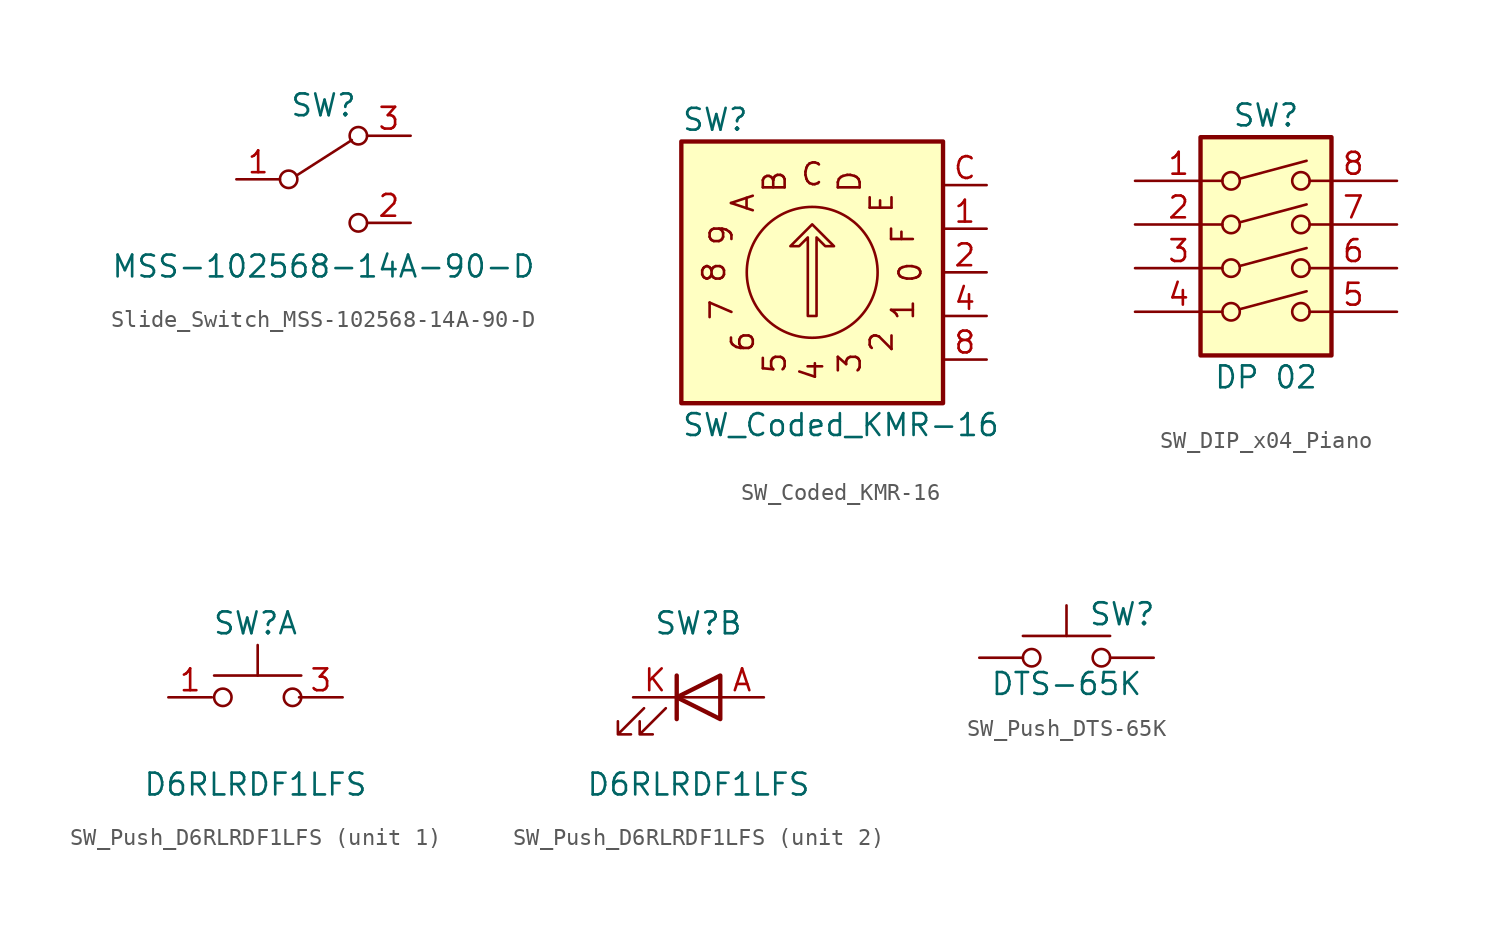
<source format=kicad_sym>
(kicad_symbol_lib
  (version 20231120)
  (generator "kicad_symbol_editor")
  (generator_version "8.0")
  (symbol "Slide_Switch_MSS-102568-14A-90-D"
    (pin_names
      (offset 0) hide)
    (property "Reference" "SW"
      (at 0 4.318 0)
      (effects (font (size 1.27 1.27))))
    (property "Value" "MSS-102568-14A-90-D"
      (at 0 -5.08 0)
      (effects (font (size 1.27 1.27))))
    (symbol "Slide_Switch_MSS-102568-14A-90-D_0_0"
      (circle (center -2.032 0) (radius 0.508) (stroke (width 0) (type default)) (fill (type none)))
      (circle (center 2.032 -2.54) (radius 0.508) (stroke (width 0) (type default)) (fill (type none))))
    (symbol "Slide_Switch_MSS-102568-14A-90-D_0_1"
      (polyline (pts (xy -1.524 0.254) (xy 1.651 2.286)) (stroke (width 0) (type default)) (fill (type none)))
      (circle (center 2.032 2.54) (radius 0.508) (stroke (width 0) (type default)) (fill (type none))))
    (symbol "Slide_Switch_MSS-102568-14A-90-D_1_1"
      (pin passive line (at -5.08 0 0) (length 2.54) (name "C" (effects (font (size 1.27 1.27)))) (number "1" (effects (font (size 1.27 1.27)))))
      (pin passive line (at 5.08 -2.54 180) (length 2.54) (name "A" (effects (font (size 1.27 1.27)))) (number "2" (effects (font (size 1.27 1.27)))))
      (pin passive line (at 5.08 2.54 180) (length 2.54) (name "B" (effects (font (size 1.27 1.27)))) (number "3" (effects (font (size 1.27 1.27)))))))
  (symbol "SW_Coded_KMR-16"
    (pin_names hide)
    (property "Reference" "SW"
      (at -7.62 8.89 0)
      (effects (font (size 1.27 1.27)) (justify left)))
    (property "Value" "SW_Coded_KMR-16"
      (at -7.62 -8.89 0)
      (effects (font (size 1.27 1.27)) (justify left)))
    (symbol "SW_Coded_KMR-16_0_0"
      (text "0" (at 5.715 0 2700) (effects (font (size 1.27 1.27))))
      (text "1" (at 5.283 -2.184 2475) (effects (font (size 1.27 1.27))))
      (text "2" (at 4.039 -4.039 2250) (effects (font (size 1.27 1.27))))
      (text "3" (at 2.184 -5.283 2025) (effects (font (size 1.27 1.27))))
      (text "4" (at 0 -5.715 1800) (effects (font (size 1.27 1.27))))
      (text "5" (at -2.184 -5.283 1575) (effects (font (size 1.27 1.27))))
      (text "6" (at -4.039 -4.039 1350) (effects (font (size 1.27 1.27))))
      (text "7" (at -5.283 -2.184 1125) (effects (font (size 1.27 1.27))))
      (text "8" (at -5.715 0 900) (effects (font (size 1.27 1.27))))
      (text "9" (at -5.283 2.184 675) (effects (font (size 1.27 1.27))))
      (text "A" (at -4.039 4.039 450) (effects (font (size 1.27 1.27))))
      (text "B" (at -2.184 5.283 225) (effects (font (size 1.27 1.27))))
      (text "C" (at 0 5.715 0) (effects (font (size 1.27 1.27))))
      (text "D" (at 2.184 5.283 3375) (effects (font (size 1.27 1.27))))
      (text "E" (at 4.039 4.039 3150) (effects (font (size 1.27 1.27))))
      (text "F" (at 5.283 2.184 2925) (effects (font (size 1.27 1.27)))))
    (symbol "SW_Coded_KMR-16_0_1"
      (polyline (pts (xy -0.254 -2.54) (xy -0.254 2.032) (xy -0.762 1.524) (xy -1.27 1.524) (xy 0 2.794) (xy 1.27 1.524) (xy 0.762 1.524) (xy 0.254 2.032) (xy 0.254 -2.54) (xy -0.254 -2.54) (xy -0.254 -2.54)) (stroke (width 0) (type default)) (fill (type none)))
      (circle (center 0 0) (radius 3.81) (stroke (width 0) (type default)) (fill (type none)))
      (rectangle (start 7.62 7.62) (end -7.62 -7.62) (stroke (width 0.254) (type default)) (fill (type background))))
    (symbol "SW_Coded_KMR-16_1_1"
      (pin passive line (at 10.16 2.54 180) (length 2.54) (name "1" (effects (font (size 1.27 1.27)))) (number "1" (effects (font (size 1.27 1.27)))))
      (pin passive line (at 10.16 0 180) (length 2.54) (name "2" (effects (font (size 1.27 1.27)))) (number "2" (effects (font (size 1.27 1.27)))))
      (pin passive line (at 10.16 -2.54 180) (length 2.54) (name "4" (effects (font (size 1.27 1.27)))) (number "4" (effects (font (size 1.27 1.27)))))
      (pin passive line (at 10.16 -5.08 180) (length 2.54) (name "8" (effects (font (size 1.27 1.27)))) (number "8" (effects (font (size 1.27 1.27)))))
      (pin passive line (at 10.16 5.08 180) (length 2.54) (name "C" (effects (font (size 1.27 1.27)))) (number "C" (effects (font (size 1.27 1.27)))))))
  (symbol "SW_DIP_x04_Piano"
    (pin_names
      (offset 0) hide)
    (property "Reference" "SW"
      (at 0 8.89 0)
      (effects (font (size 1.27 1.27))))
    (property "Value" "DP 02"
      (at 0 -6.35 0)
      (effects (font (size 1.27 1.27))))
    (symbol "SW_DIP_x04_Piano_0_0"
      (circle (center -2.032 -2.54) (radius 0.508) (stroke (width 0) (type default)) (fill (type none)))
      (circle (center -2.032 0) (radius 0.508) (stroke (width 0) (type default)) (fill (type none)))
      (circle (center -2.032 2.54) (radius 0.508) (stroke (width 0) (type default)) (fill (type none)))
      (circle (center -2.032 5.08) (radius 0.508) (stroke (width 0) (type default)) (fill (type none)))
      (polyline (pts (xy -1.524 -2.388) (xy 2.362 -1.346)) (stroke (width 0) (type default)) (fill (type none)))
      (polyline (pts (xy -1.524 0.127) (xy 2.362 1.168)) (stroke (width 0) (type default)) (fill (type none)))
      (polyline (pts (xy -1.524 2.667) (xy 2.362 3.708)) (stroke (width 0) (type default)) (fill (type none)))
      (polyline (pts (xy -1.524 5.207) (xy 2.362 6.248)) (stroke (width 0) (type default)) (fill (type none)))
      (circle (center 2.032 -2.54) (radius 0.508) (stroke (width 0) (type default)) (fill (type none)))
      (circle (center 2.032 0) (radius 0.508) (stroke (width 0) (type default)) (fill (type none)))
      (circle (center 2.032 2.54) (radius 0.508) (stroke (width 0) (type default)) (fill (type none)))
      (circle (center 2.032 5.08) (radius 0.508) (stroke (width 0) (type default)) (fill (type none))))
    (symbol "SW_DIP_x04_Piano_0_1"
      (rectangle (start -3.81 7.62) (end 3.81 -5.08) (stroke (width 0.254) (type default)) (fill (type background))))
    (symbol "SW_DIP_x04_Piano_1_1"
      (pin passive line (at -7.62 5.08 0) (length 5.08) (name "~" (effects (font (size 1.27 1.27)))) (number "1" (effects (font (size 1.27 1.27)))))
      (pin passive line (at -7.62 2.54 0) (length 5.08) (name "~" (effects (font (size 1.27 1.27)))) (number "2" (effects (font (size 1.27 1.27)))))
      (pin passive line (at -7.62 0 0) (length 5.08) (name "~" (effects (font (size 1.27 1.27)))) (number "3" (effects (font (size 1.27 1.27)))))
      (pin passive line (at -7.62 -2.54 0) (length 5.08) (name "~" (effects (font (size 1.27 1.27)))) (number "4" (effects (font (size 1.27 1.27)))))
      (pin passive line (at 7.62 -2.54 180) (length 5.08) (name "~" (effects (font (size 1.27 1.27)))) (number "5" (effects (font (size 1.27 1.27)))))
      (pin passive line (at 7.62 0 180) (length 5.08) (name "~" (effects (font (size 1.27 1.27)))) (number "6" (effects (font (size 1.27 1.27)))))
      (pin passive line (at 7.62 2.54 180) (length 5.08) (name "~" (effects (font (size 1.27 1.27)))) (number "7" (effects (font (size 1.27 1.27)))))
      (pin passive line (at 7.62 5.08 180) (length 5.08) (name "~" (effects (font (size 1.27 1.27)))) (number "8" (effects (font (size 1.27 1.27)))))))
  (symbol "SW_Push_D6RLRDF1LFS"
    (pin_names
      (offset 0) hide)
    (property "Reference" "SW"
      (at 0 4.318 0)
      (effects (font (size 1.27 1.27))))
    (property "Value" "D6RLRDF1LFS"
      (at 0 -5.08 0)
      (effects (font (size 1.27 1.27))))
    (property "ki_locked" ""
      (at 0 0 0)
      (effects (font (size 1.27 1.27))))
    (symbol "SW_Push_D6RLRDF1LFS_1_0"
      (pin passive line (at -5.08 0 0) (length 2.54) hide (name "2" (effects (font (size 1.27 1.27)))) (number "2" (effects (font (size 1.27 1.27)))))
      (pin passive line (at 5.08 0 180) (length 2.54) hide (name "4" (effects (font (size 1.27 1.27)))) (number "4" (effects (font (size 1.27 1.27))))))
    (symbol "SW_Push_D6RLRDF1LFS_1_1"
      (circle (center -1.905 0) (radius 0.508) (stroke (width 0) (type default)) (fill (type none)))
      (polyline (pts (xy 0.127 1.27) (xy 0.127 3.048)) (stroke (width 0) (type default)) (fill (type none)))
      (polyline (pts (xy 2.667 1.27) (xy -2.413 1.27)) (stroke (width 0) (type default)) (fill (type none)))
      (circle (center 2.159 0) (radius 0.508) (stroke (width 0) (type default)) (fill (type none)))
      (pin passive line (at -5.08 0 0) (length 2.54) (name "1" (effects (font (size 1.27 1.27)))) (number "1" (effects (font (size 1.27 1.27)))))
      (pin passive line (at 5.08 0 180) (length 2.54) (name "3" (effects (font (size 1.27 1.27)))) (number "3" (effects (font (size 1.27 1.27))))))
    (symbol "SW_Push_D6RLRDF1LFS_2_0"
      (pin passive line (at 3.81 0 180) (length 2.54) (name "A" (effects (font (size 1.27 1.27)))) (number "A" (effects (font (size 1.27 1.27)))))
      (pin passive line (at -3.81 0 0) (length 2.54) (name "K" (effects (font (size 1.27 1.27)))) (number "K" (effects (font (size 1.27 1.27))))))
    (symbol "SW_Push_D6RLRDF1LFS_2_1"
      (polyline (pts (xy -1.27 -1.27) (xy -1.27 1.27)) (stroke (width 0.254) (type default)) (fill (type none)))
      (polyline (pts (xy -1.27 0) (xy 1.27 0)) (stroke (width 0) (type default)) (fill (type none)))
      (polyline (pts (xy 1.27 -1.27) (xy 1.27 1.27) (xy -1.27 0) (xy 1.27 -1.27)) (stroke (width 0.254) (type default)) (fill (type none)))
      (polyline (pts (xy -3.175 -0.635) (xy -4.699 -2.159) (xy -3.937 -2.159) (xy -4.699 -2.159) (xy -4.699 -1.397)) (stroke (width 0) (type default)) (fill (type none)))
      (polyline (pts (xy -1.905 -0.635) (xy -3.429 -2.159) (xy -2.667 -2.159) (xy -3.429 -2.159) (xy -3.429 -1.397)) (stroke (width 0) (type default)) (fill (type none)))))
  (symbol "SW_Push_DTS-65K"
    (pin_numbers hide)
    (pin_names
      (offset 1.016) hide)
    (property "Reference" "SW"
      (at 1.27 2.54 0)
      (effects (font (size 1.27 1.27)) (justify left)))
    (property "Value" "DTS-65K"
      (at 0 -1.524 0)
      (effects (font (size 1.27 1.27))))
    (symbol "SW_Push_DTS-65K_0_1"
      (circle (center -2.032 0) (radius 0.508) (stroke (width 0) (type default)) (fill (type none)))
      (polyline (pts (xy 0 1.27) (xy 0 3.048)) (stroke (width 0) (type default)) (fill (type none)))
      (polyline (pts (xy 2.54 1.27) (xy -2.54 1.27)) (stroke (width 0) (type default)) (fill (type none)))
      (circle (center 2.032 0) (radius 0.508) (stroke (width 0) (type default)) (fill (type none)))
      (pin passive line (at -5.08 0 0) (length 2.54) (name "1" (effects (font (size 1.27 1.27)))) (number "1" (effects (font (size 1.27 1.27)))))
      (pin passive line (at 5.08 0 180) (length 2.54) (name "2" (effects (font (size 1.27 1.27)))) (number "2" (effects (font (size 1.27 1.27))))))))
</source>
